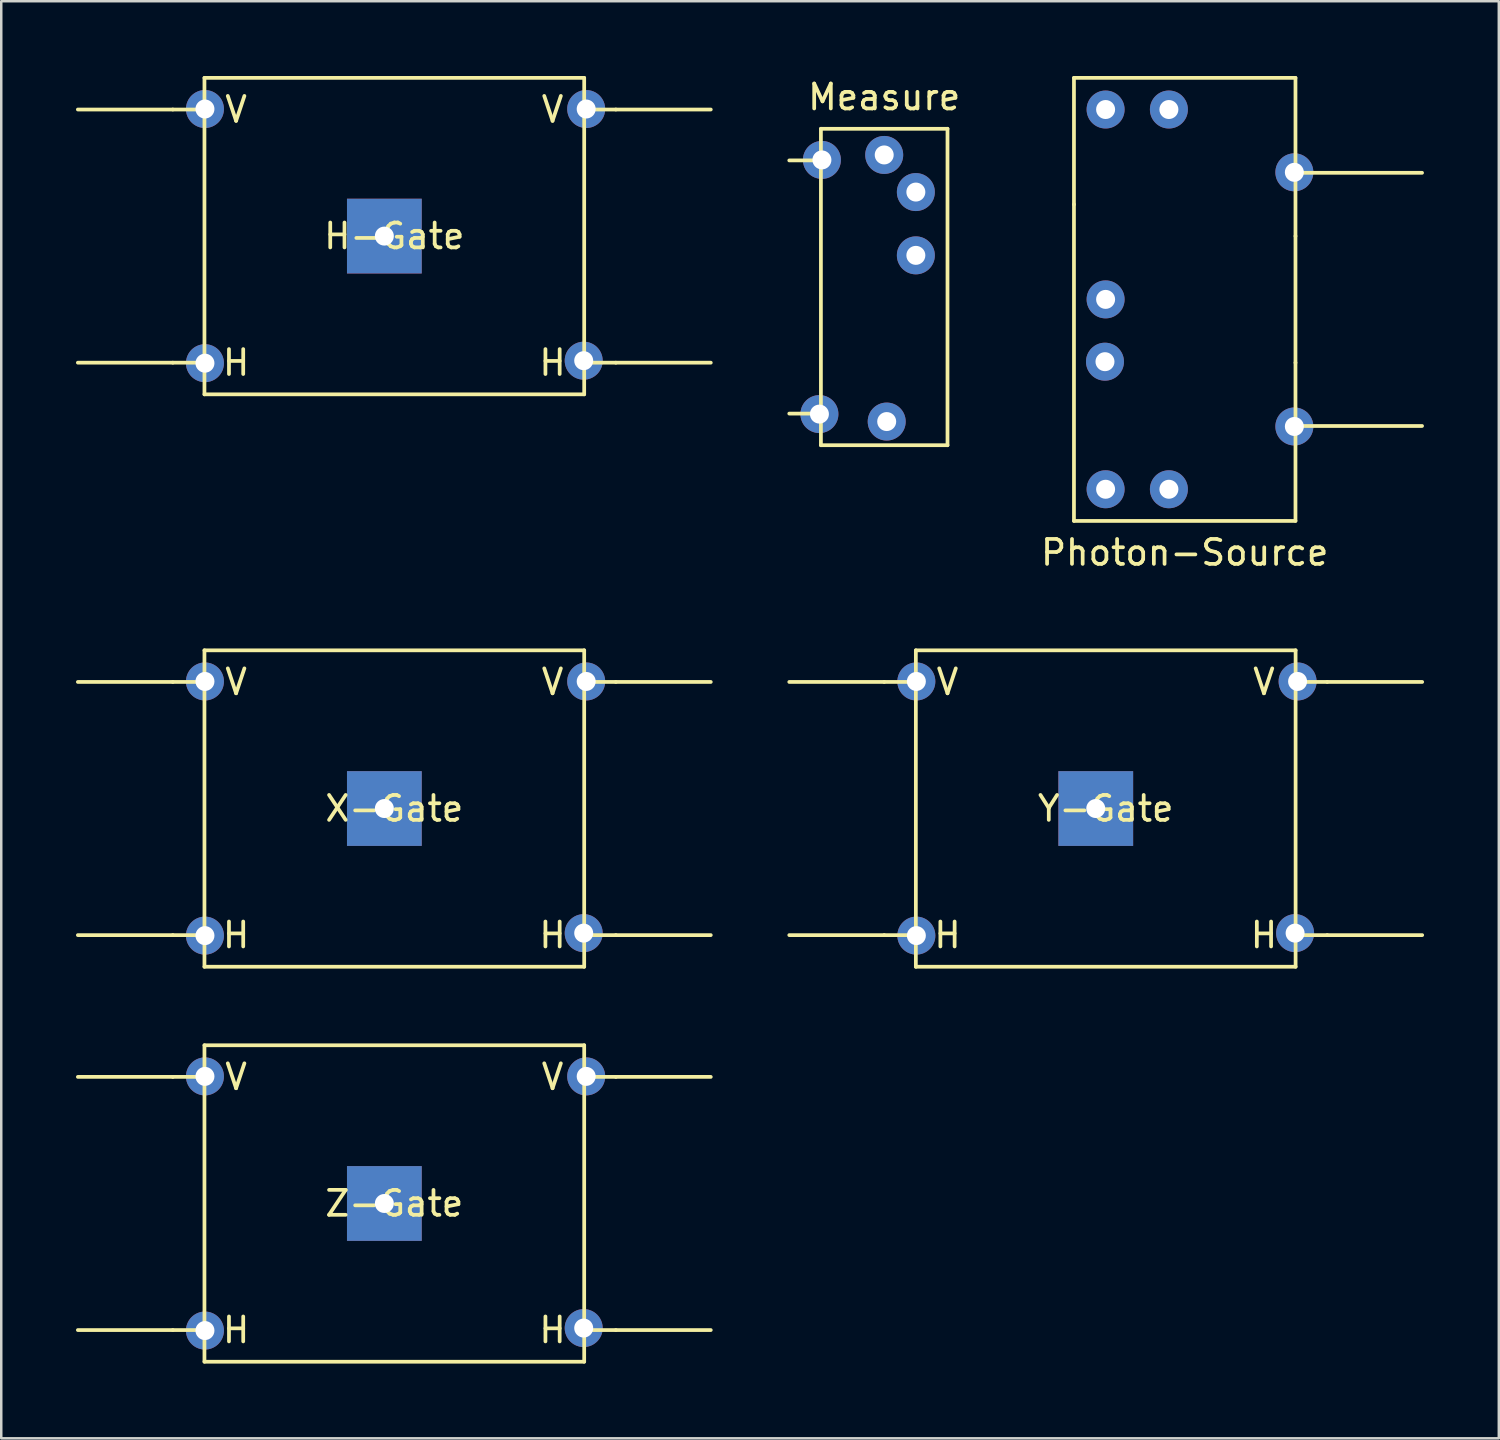
<source format=kicad_pcb>
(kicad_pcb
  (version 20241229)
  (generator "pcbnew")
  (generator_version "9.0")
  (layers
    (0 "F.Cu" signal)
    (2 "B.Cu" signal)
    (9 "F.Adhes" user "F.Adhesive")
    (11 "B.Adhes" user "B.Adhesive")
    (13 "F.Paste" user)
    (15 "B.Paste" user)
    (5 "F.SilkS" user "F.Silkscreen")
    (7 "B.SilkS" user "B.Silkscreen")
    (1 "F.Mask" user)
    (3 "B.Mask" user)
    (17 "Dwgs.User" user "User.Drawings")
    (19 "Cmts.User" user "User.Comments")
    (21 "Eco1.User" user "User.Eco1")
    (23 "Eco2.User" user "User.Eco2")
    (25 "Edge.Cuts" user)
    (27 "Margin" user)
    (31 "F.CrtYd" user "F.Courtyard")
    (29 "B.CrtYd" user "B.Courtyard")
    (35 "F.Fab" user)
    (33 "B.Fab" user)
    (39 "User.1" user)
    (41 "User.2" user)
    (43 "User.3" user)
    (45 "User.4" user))
  (footprint "H-Gate"
    (layer "F.Cu")
    (at 12.775 6.425)
    (property "Reference" "H-Gate" (at 0 0 0) (layer "F.SilkS") (effects (font (size 1 1) (thickness 0.15))))
    (attr through_hole)
    (fp_line (start -8.89 -5.08) (end -12.7 -5.08) (stroke (width 0.15) (type solid)) (layer "F.SilkS"))
    (fp_line (start -8.89 5.08) (end -12.7 5.08) (stroke (width 0.15) (type solid)) (layer "F.SilkS"))
    (fp_line (start -7.62 -6.35) (end 7.62 -6.35) (stroke (width 0.15) (type solid)) (layer "F.SilkS"))
    (fp_line (start -7.62 -5.08) (end -8.89 -5.08) (stroke (width 0.15) (type solid)) (layer "F.SilkS"))
    (fp_line (start -7.62 5.08) (end -8.89 5.08) (stroke (width 0.15) (type solid)) (layer "F.SilkS"))
    (fp_line (start -7.62 6.35) (end -7.62 -6.35) (stroke (width 0.15) (type solid)) (layer "F.SilkS"))
    (fp_line (start 7.62 -6.35) (end 7.62 6.35) (stroke (width 0.15) (type solid)) (layer "F.SilkS"))
    (fp_line (start 7.62 -5.08) (end 8.89 -5.08) (stroke (width 0.15) (type solid)) (layer "F.SilkS"))
    (fp_line (start 7.62 5.08) (end 8.89 5.08) (stroke (width 0.15) (type solid)) (layer "F.SilkS"))
    (fp_line (start 7.62 6.35) (end -7.62 6.35) (stroke (width 0.15) (type solid)) (layer "F.SilkS"))
    (fp_line (start 8.89 -5.08) (end 12.7 -5.08) (stroke (width 0.15) (type solid)) (layer "F.SilkS"))
    (fp_line (start 8.89 5.08) (end 12.7 5.08) (stroke (width 0.15) (type solid)) (layer "F.SilkS"))
    (fp_text user "H" (at 6.35 5.08 0) (layer "F.SilkS") (effects (font (size 1 1) (thickness 0.15))))
    (fp_text user "V" (at -6.35 -5.08 0) (layer "F.SilkS") (effects (font (size 1 1) (thickness 0.15))))
    (fp_text user "H" (at -6.35 5.08 0) (layer "F.SilkS") (effects (font (size 1 1) (thickness 0.15))))
    (fp_text user "V" (at 6.35 -5.08 0) (layer "F.SilkS") (effects (font (size 1 1) (thickness 0.15))))
    (pad "1" thru_hole circle (at -7.6 -5.1) (size 1.524 1.524) (drill 0.762) (layers "*.Cu" "*.Mask"))
    (pad "2" thru_hole circle (at -7.6 5.1) (size 1.524 1.524) (drill 0.762) (layers "*.Cu" "*.Mask"))
    (pad "3" thru_hole circle (at 7.7 -5.1) (size 1.524 1.524) (drill 0.762) (layers "*.Cu" "*.Mask"))
    (pad "4" thru_hole circle (at 7.6 5) (size 1.524 1.524) (drill 0.762) (layers "*.Cu" "*.Mask"))
    (pad "NC" thru_hole rect (at -0.4 0) (size 3 3) (drill 0.762) (layers "*.Cu" "*.Mask")))
  (footprint "Y-Gate"
    (layer "F.Cu")
    (at 41.325 29.398)
    (property "Reference" "Y-Gate" (at 0 0 0) (layer "F.SilkS") (effects (font (size 1 1) (thickness 0.15))))
    (attr through_hole)
    (fp_line (start -8.89 -5.08) (end -12.7 -5.08) (stroke (width 0.15) (type solid)) (layer "F.SilkS"))
    (fp_line (start -8.89 5.08) (end -12.7 5.08) (stroke (width 0.15) (type solid)) (layer "F.SilkS"))
    (fp_line (start -7.62 -6.35) (end 7.62 -6.35) (stroke (width 0.15) (type solid)) (layer "F.SilkS"))
    (fp_line (start -7.62 -5.08) (end -8.89 -5.08) (stroke (width 0.15) (type solid)) (layer "F.SilkS"))
    (fp_line (start -7.62 5.08) (end -8.89 5.08) (stroke (width 0.15) (type solid)) (layer "F.SilkS"))
    (fp_line (start -7.62 6.35) (end -7.62 -6.35) (stroke (width 0.15) (type solid)) (layer "F.SilkS"))
    (fp_line (start 7.62 -6.35) (end 7.62 6.35) (stroke (width 0.15) (type solid)) (layer "F.SilkS"))
    (fp_line (start 7.62 -5.08) (end 8.89 -5.08) (stroke (width 0.15) (type solid)) (layer "F.SilkS"))
    (fp_line (start 7.62 5.08) (end 8.89 5.08) (stroke (width 0.15) (type solid)) (layer "F.SilkS"))
    (fp_line (start 7.62 6.35) (end -7.62 6.35) (stroke (width 0.15) (type solid)) (layer "F.SilkS"))
    (fp_line (start 8.89 -5.08) (end 12.7 -5.08) (stroke (width 0.15) (type solid)) (layer "F.SilkS"))
    (fp_line (start 8.89 5.08) (end 12.7 5.08) (stroke (width 0.15) (type solid)) (layer "F.SilkS"))
    (fp_text user "H" (at 6.35 5.08 0) (layer "F.SilkS") (effects (font (size 1 1) (thickness 0.15))))
    (fp_text user "H" (at -6.35 5.08 0) (layer "F.SilkS") (effects (font (size 1 1) (thickness 0.15))))
    (fp_text user "V" (at -6.35 -5.08 0) (layer "F.SilkS") (effects (font (size 1 1) (thickness 0.15))))
    (fp_text user "V" (at 6.35 -5.08 0) (layer "F.SilkS") (effects (font (size 1 1) (thickness 0.15))))
    (pad "1" thru_hole circle (at -7.6 -5.1) (size 1.524 1.524) (drill 0.762) (layers "*.Cu" "*.Mask"))
    (pad "2" thru_hole circle (at -7.6 5.1) (size 1.524 1.524) (drill 0.762) (layers "*.Cu" "*.Mask"))
    (pad "3" thru_hole circle (at 7.7 -5.1) (size 1.524 1.524) (drill 0.762) (layers "*.Cu" "*.Mask"))
    (pad "4" thru_hole circle (at 7.6 5) (size 1.524 1.524) (drill 0.762) (layers "*.Cu" "*.Mask"))
    (pad "NC" thru_hole rect (at -0.4 0) (size 3 3) (drill 0.762) (layers "*.Cu" "*.Mask")))
  (footprint "Measure"
    (layer "F.Cu")
    (at 32.435 8.468)
    (property "Reference" "Measure" (at 0 -7.62 0) (layer "F.SilkS") (effects (font (size 1 1) (thickness 0.15))))
    (attr through_hole)
    (fp_line (start -2.54 -6.35) (end -2.54 6.35) (stroke (width 0.15) (type solid)) (layer "F.SilkS"))
    (fp_line (start -2.54 -6.35) (end 2.54 -6.35) (stroke (width 0.15) (type solid)) (layer "F.SilkS"))
    (fp_line (start -2.54 -5.08) (end -3.81 -5.08) (stroke (width 0.15) (type solid)) (layer "F.SilkS"))
    (fp_line (start -2.54 5.08) (end -3.81 5.08) (stroke (width 0.15) (type solid)) (layer "F.SilkS"))
    (fp_line (start 2.54 -6.35) (end 2.54 6.35) (stroke (width 0.15) (type solid)) (layer "F.SilkS"))
    (fp_line (start 2.54 6.35) (end -2.54 6.35) (stroke (width 0.15) (type solid)) (layer "F.SilkS"))
    (pad "1" thru_hole circle (at 1.27 -3.81) (size 1.524 1.524) (drill 0.762) (layers "*.Cu" "*.Mask"))
    (pad "2" thru_hole circle (at 1.27 -1.27) (size 1.524 1.524) (drill 0.762) (layers "*.Cu" "*.Mask"))
    (pad "3" thru_hole circle (at 0.1 5.4) (size 1.524 1.524) (drill 0.762) (layers "*.Cu" "*.Mask"))
    (pad "4" thru_hole circle (at 0 -5.3) (size 1.524 1.524) (drill 0.762) (layers "*.Cu" "*.Mask"))
    (pad "5" thru_hole circle (at -2.5 -5.1) (size 1.524 1.524) (drill 0.762) (layers "*.Cu" "*.Mask"))
    (pad "6" thru_hole circle (at -2.6 5.1) (size 1.524 1.524) (drill 0.762) (layers "*.Cu" "*.Mask")))
  (footprint "X-Gate"
    (layer "F.Cu")
    (at 12.775 29.398)
    (property "Reference" "X-Gate" (at 0 0 0) (layer "F.SilkS") (effects (font (size 1 1) (thickness 0.15))))
    (attr through_hole)
    (fp_line (start -8.89 -5.08) (end -12.7 -5.08) (stroke (width 0.15) (type solid)) (layer "F.SilkS"))
    (fp_line (start -8.89 5.08) (end -12.7 5.08) (stroke (width 0.15) (type solid)) (layer "F.SilkS"))
    (fp_line (start -7.62 -6.35) (end 7.62 -6.35) (stroke (width 0.15) (type solid)) (layer "F.SilkS"))
    (fp_line (start -7.62 -5.08) (end -8.89 -5.08) (stroke (width 0.15) (type solid)) (layer "F.SilkS"))
    (fp_line (start -7.62 5.08) (end -8.89 5.08) (stroke (width 0.15) (type solid)) (layer "F.SilkS"))
    (fp_line (start -7.62 6.35) (end -7.62 -6.35) (stroke (width 0.15) (type solid)) (layer "F.SilkS"))
    (fp_line (start 7.62 -6.35) (end 7.62 6.35) (stroke (width 0.15) (type solid)) (layer "F.SilkS"))
    (fp_line (start 7.62 -5.08) (end 8.89 -5.08) (stroke (width 0.15) (type solid)) (layer "F.SilkS"))
    (fp_line (start 7.62 5.08) (end 8.89 5.08) (stroke (width 0.15) (type solid)) (layer "F.SilkS"))
    (fp_line (start 7.62 6.35) (end -7.62 6.35) (stroke (width 0.15) (type solid)) (layer "F.SilkS"))
    (fp_line (start 8.89 -5.08) (end 12.7 -5.08) (stroke (width 0.15) (type solid)) (layer "F.SilkS"))
    (fp_line (start 8.89 5.08) (end 12.7 5.08) (stroke (width 0.15) (type solid)) (layer "F.SilkS"))
    (fp_text user "V" (at 6.35 -5.08 0) (layer "F.SilkS") (effects (font (size 1 1) (thickness 0.15))))
    (fp_text user "H" (at 6.35 5.08 0) (layer "F.SilkS") (effects (font (size 1 1) (thickness 0.15))))
    (fp_text user "V" (at -6.35 -5.08 0) (layer "F.SilkS") (effects (font (size 1 1) (thickness 0.15))))
    (fp_text user "H" (at -6.35 5.08 0) (layer "F.SilkS") (effects (font (size 1 1) (thickness 0.15))))
    (pad "1" thru_hole circle (at -7.6 -5.1) (size 1.524 1.524) (drill 0.762) (layers "*.Cu" "*.Mask"))
    (pad "2" thru_hole circle (at -7.6 5.1) (size 1.524 1.524) (drill 0.762) (layers "*.Cu" "*.Mask"))
    (pad "3" thru_hole circle (at 7.7 -5.1) (size 1.524 1.524) (drill 0.762) (layers "*.Cu" "*.Mask"))
    (pad "4" thru_hole circle (at 7.6 5) (size 1.524 1.524) (drill 0.762) (layers "*.Cu" "*.Mask"))
    (pad "NC" thru_hole rect (at -0.4 0) (size 3 3) (drill 0.762) (layers "*.Cu" "*.Mask")))
  (footprint "Z-Gate"
    (layer "F.Cu")
    (at 12.775 45.248)
    (property "Reference" "Z-Gate" (at 0 0 0) (layer "F.SilkS") (effects (font (size 1 1) (thickness 0.15))))
    (attr through_hole)
    (fp_line (start -8.89 -5.08) (end -12.7 -5.08) (stroke (width 0.15) (type solid)) (layer "F.SilkS"))
    (fp_line (start -8.89 5.08) (end -12.7 5.08) (stroke (width 0.15) (type solid)) (layer "F.SilkS"))
    (fp_line (start -7.62 -6.35) (end 7.62 -6.35) (stroke (width 0.15) (type solid)) (layer "F.SilkS"))
    (fp_line (start -7.62 -5.08) (end -8.89 -5.08) (stroke (width 0.15) (type solid)) (layer "F.SilkS"))
    (fp_line (start -7.62 5.08) (end -8.89 5.08) (stroke (width 0.15) (type solid)) (layer "F.SilkS"))
    (fp_line (start -7.62 6.35) (end -7.62 -6.35) (stroke (width 0.15) (type solid)) (layer "F.SilkS"))
    (fp_line (start 7.62 -6.35) (end 7.62 6.35) (stroke (width 0.15) (type solid)) (layer "F.SilkS"))
    (fp_line (start 7.62 -5.08) (end 8.89 -5.08) (stroke (width 0.15) (type solid)) (layer "F.SilkS"))
    (fp_line (start 7.62 5.08) (end 8.89 5.08) (stroke (width 0.15) (type solid)) (layer "F.SilkS"))
    (fp_line (start 7.62 6.35) (end -7.62 6.35) (stroke (width 0.15) (type solid)) (layer "F.SilkS"))
    (fp_line (start 8.89 -5.08) (end 12.7 -5.08) (stroke (width 0.15) (type solid)) (layer "F.SilkS"))
    (fp_line (start 8.89 5.08) (end 12.7 5.08) (stroke (width 0.15) (type solid)) (layer "F.SilkS"))
    (fp_text user "V" (at 6.35 -5.08 0) (layer "F.SilkS") (effects (font (size 1 1) (thickness 0.15))))
    (fp_text user "H" (at -6.35 5.08 0) (layer "F.SilkS") (effects (font (size 1 1) (thickness 0.15))))
    (fp_text user "H" (at 6.35 5.08 0) (layer "F.SilkS") (effects (font (size 1 1) (thickness 0.15))))
    (fp_text user "V" (at -6.35 -5.08 0) (layer "F.SilkS") (effects (font (size 1 1) (thickness 0.15))))
    (pad "1" thru_hole circle (at -7.6 -5.1) (size 1.524 1.524) (drill 0.762) (layers "*.Cu" "*.Mask"))
    (pad "2" thru_hole circle (at -7.6 5.1) (size 1.524 1.524) (drill 0.762) (layers "*.Cu" "*.Mask"))
    (pad "3" thru_hole circle (at 7.7 -5.1) (size 1.524 1.524) (drill 0.762) (layers "*.Cu" "*.Mask"))
    (pad "4" thru_hole circle (at 7.6 5) (size 1.524 1.524) (drill 0.762) (layers "*.Cu" "*.Mask"))
    (pad "NC" thru_hole rect (at -0.4 0) (size 3 3) (drill 0.762) (layers "*.Cu" "*.Mask")))
  (footprint "Photon-Source"
    (layer "F.Cu")
    (at 44.495 8.965)
    (property "Reference" "Photon-Source" (at 0 10.16 0) (layer "F.SilkS") (effects (font (size 1 1) (thickness 0.15))))
    (attr through_hole)
    (fp_line (start -4.445 -8.89) (end 4.445 -8.89) (stroke (width 0.15) (type solid)) (layer "F.SilkS"))
    (fp_line (start -4.445 -3.81) (end -4.445 -8.89) (stroke (width 0.15) (type solid)) (layer "F.SilkS"))
    (fp_line (start -4.445 -3.81) (end -4.445 8.89) (stroke (width 0.15) (type solid)) (layer "F.SilkS"))
    (fp_line (start -4.445 8.89) (end 4.445 8.89) (stroke (width 0.15) (type solid)) (layer "F.SilkS"))
    (fp_line (start 4.445 -5.08) (end 9.525 -5.08) (stroke (width 0.15) (type solid)) (layer "F.SilkS"))
    (fp_line (start 4.445 -2.54) (end 4.445 -8.89) (stroke (width 0.15) (type solid)) (layer "F.SilkS"))
    (fp_line (start 4.445 -2.54) (end 4.445 2.54) (stroke (width 0.15) (type solid)) (layer "F.SilkS"))
    (fp_line (start 4.445 8.89) (end 4.445 2.54) (stroke (width 0.15) (type solid)) (layer "F.SilkS"))
    (fp_line (start 9.525 5.08) (end 4.445 5.08) (stroke (width 0.15) (type solid)) (layer "F.SilkS"))
    (pad "1" thru_hole circle (at -3.175 0) (size 1.524 1.524) (drill 0.762) (layers "*.Cu" "*.Mask"))
    (pad "2" thru_hole circle (at -3.2 2.5) (size 1.524 1.524) (drill 0.762) (layers "*.Cu" "*.Mask"))
    (pad "3" thru_hole circle (at -3.175 7.62) (size 1.524 1.524) (drill 0.762) (layers "*.Cu" "*.Mask"))
    (pad "4" thru_hole circle (at -0.635 7.62) (size 1.524 1.524) (drill 0.762) (layers "*.Cu" "*.Mask"))
    (pad "5" thru_hole circle (at 4.4 5.1) (size 1.524 1.524) (drill 0.762) (layers "*.Cu" "*.Mask"))
    (pad "6" thru_hole circle (at 4.4 -5.1) (size 1.524 1.524) (drill 0.762) (layers "*.Cu" "*.Mask"))
    (pad "7" thru_hole circle (at -0.635 -7.62) (size 1.524 1.524) (drill 0.762) (layers "*.Cu" "*.Mask"))
    (pad "8" thru_hole circle (at -3.175 -7.62) (size 1.524 1.524) (drill 0.762) (layers "*.Cu" "*.Mask")))
  (gr_rect
    (start -3 -3)
    (end 57.1 54.673)
    (stroke (width 0.1) (type default))
    (fill no)
    (layer "Edge.Cuts")))
</source>
